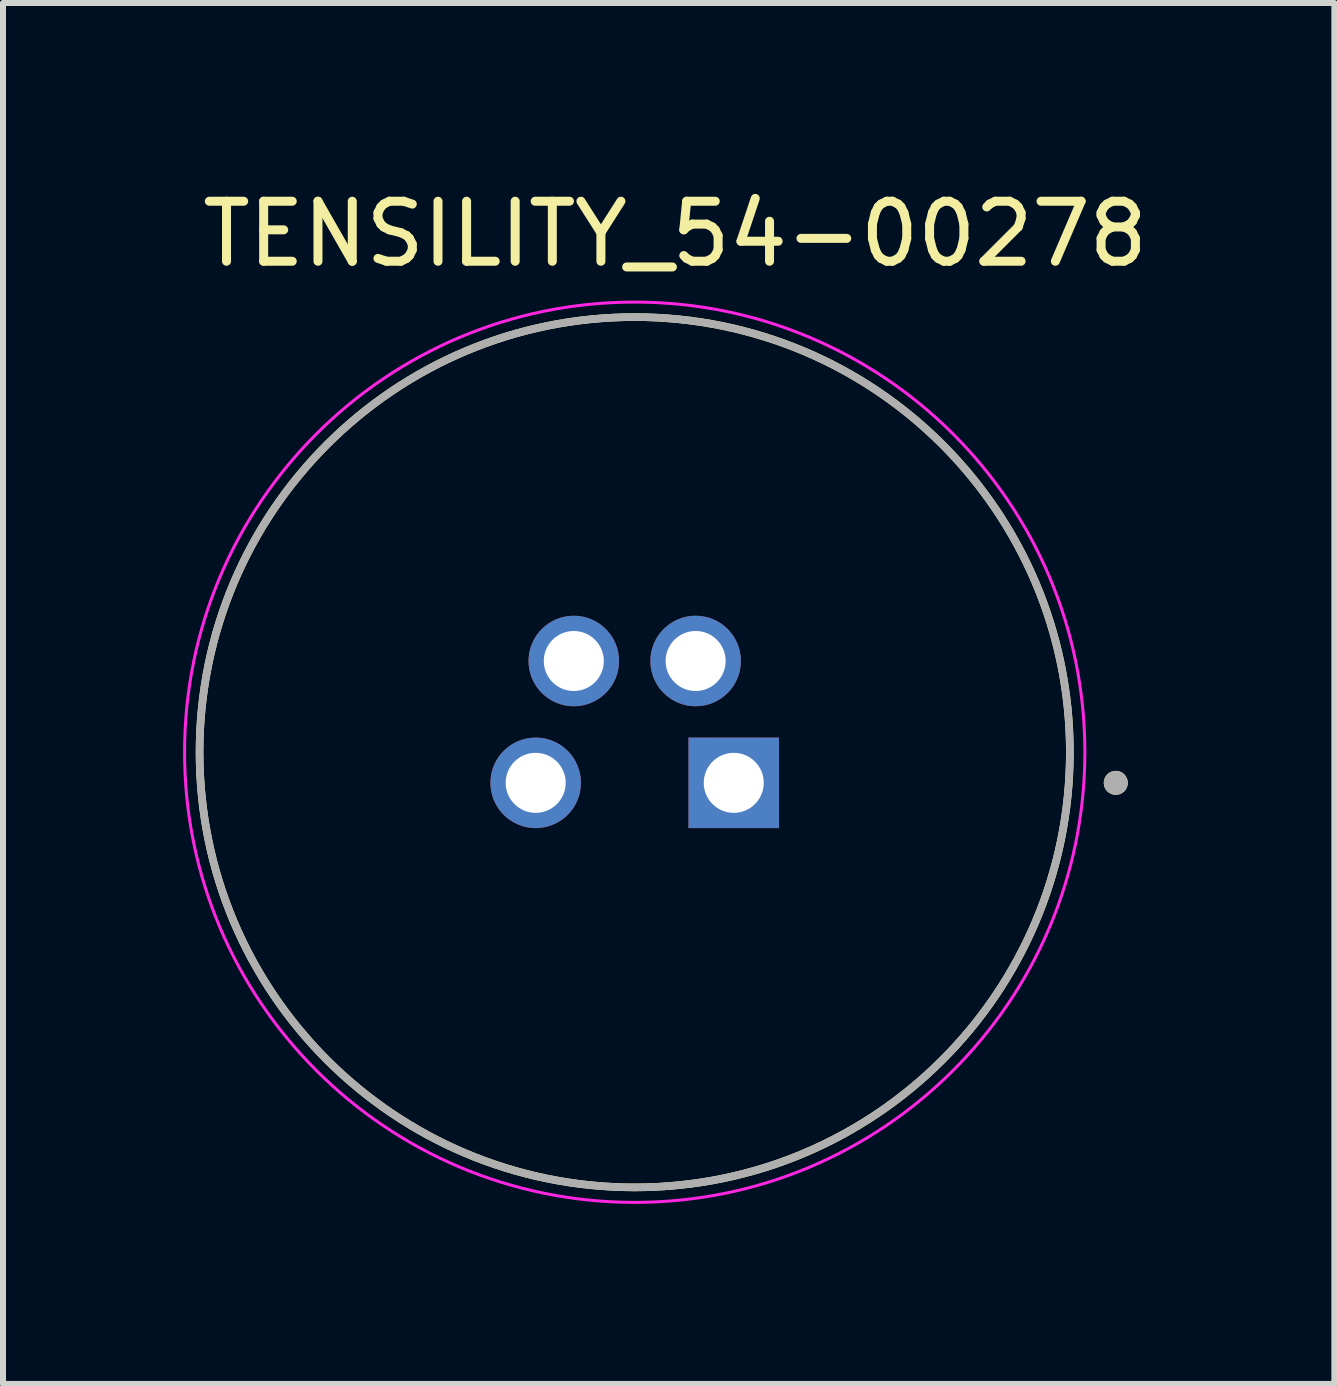
<source format=kicad_pcb>
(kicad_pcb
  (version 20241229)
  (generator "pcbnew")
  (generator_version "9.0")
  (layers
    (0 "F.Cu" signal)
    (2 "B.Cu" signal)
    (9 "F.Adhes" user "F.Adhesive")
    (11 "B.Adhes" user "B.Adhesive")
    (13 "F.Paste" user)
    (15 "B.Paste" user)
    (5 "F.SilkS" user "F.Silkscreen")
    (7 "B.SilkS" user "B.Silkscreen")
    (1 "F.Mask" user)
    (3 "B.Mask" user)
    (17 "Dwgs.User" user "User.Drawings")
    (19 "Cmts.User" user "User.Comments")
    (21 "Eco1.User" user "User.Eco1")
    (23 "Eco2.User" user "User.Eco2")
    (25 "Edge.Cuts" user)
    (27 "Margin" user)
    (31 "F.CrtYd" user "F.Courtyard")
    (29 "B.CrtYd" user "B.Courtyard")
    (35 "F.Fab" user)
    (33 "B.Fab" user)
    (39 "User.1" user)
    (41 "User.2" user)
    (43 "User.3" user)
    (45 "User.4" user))
  (footprint "TENSILITY_54-00278"
    (layer "F.Cu")
    (at 7.525 9.483)
    (property "Reference" "TENSILITY_54-00278" (at 0.675 -8.635 0) (layer "F.SilkS") (effects (font (size 1 1) (thickness 0.15))))
    (attr through_hole)
    (fp_circle (center 0 0) (end 7.25 0) (stroke (width 0.127) (type solid)) (fill no) (layer "F.SilkS"))
    (fp_circle (center 8.015 0.51) (end 8.115 0.51) (stroke (width 0.2) (type solid)) (fill no) (layer "F.SilkS"))
    (fp_circle (center 0 0) (end 7.5 0) (stroke (width 0.05) (type solid)) (fill no) (layer "F.CrtYd"))
    (fp_circle (center 0 0) (end 7.25 0) (stroke (width 0.127) (type solid)) (fill no) (layer "F.Fab"))
    (fp_circle (center 8.015 0.51) (end 8.115 0.51) (stroke (width 0.2) (type solid)) (fill no) (layer "F.Fab"))
    (pad "1" thru_hole rect (at 1.65 0.51) (size 1.508 1.508) (drill 1) (layers "*.Cu" "*.Mask"))
    (pad "2" thru_hole circle (at 1.015 -1.52) (size 1.508 1.508) (drill 1) (layers "*.Cu" "*.Mask"))
    (pad "3" thru_hole circle (at -1.65 0.51) (size 1.508 1.508) (drill 1) (layers "*.Cu" "*.Mask"))
    (pad "4" thru_hole circle (at -1.015 -1.52) (size 1.508 1.508) (drill 1) (layers "*.Cu" "*.Mask")))
  (gr_rect
    (start -3 -3)
    (end 19.182 20.008)
    (stroke (width 0.1) (type default))
    (fill no)
    (layer "Edge.Cuts")))
</source>
